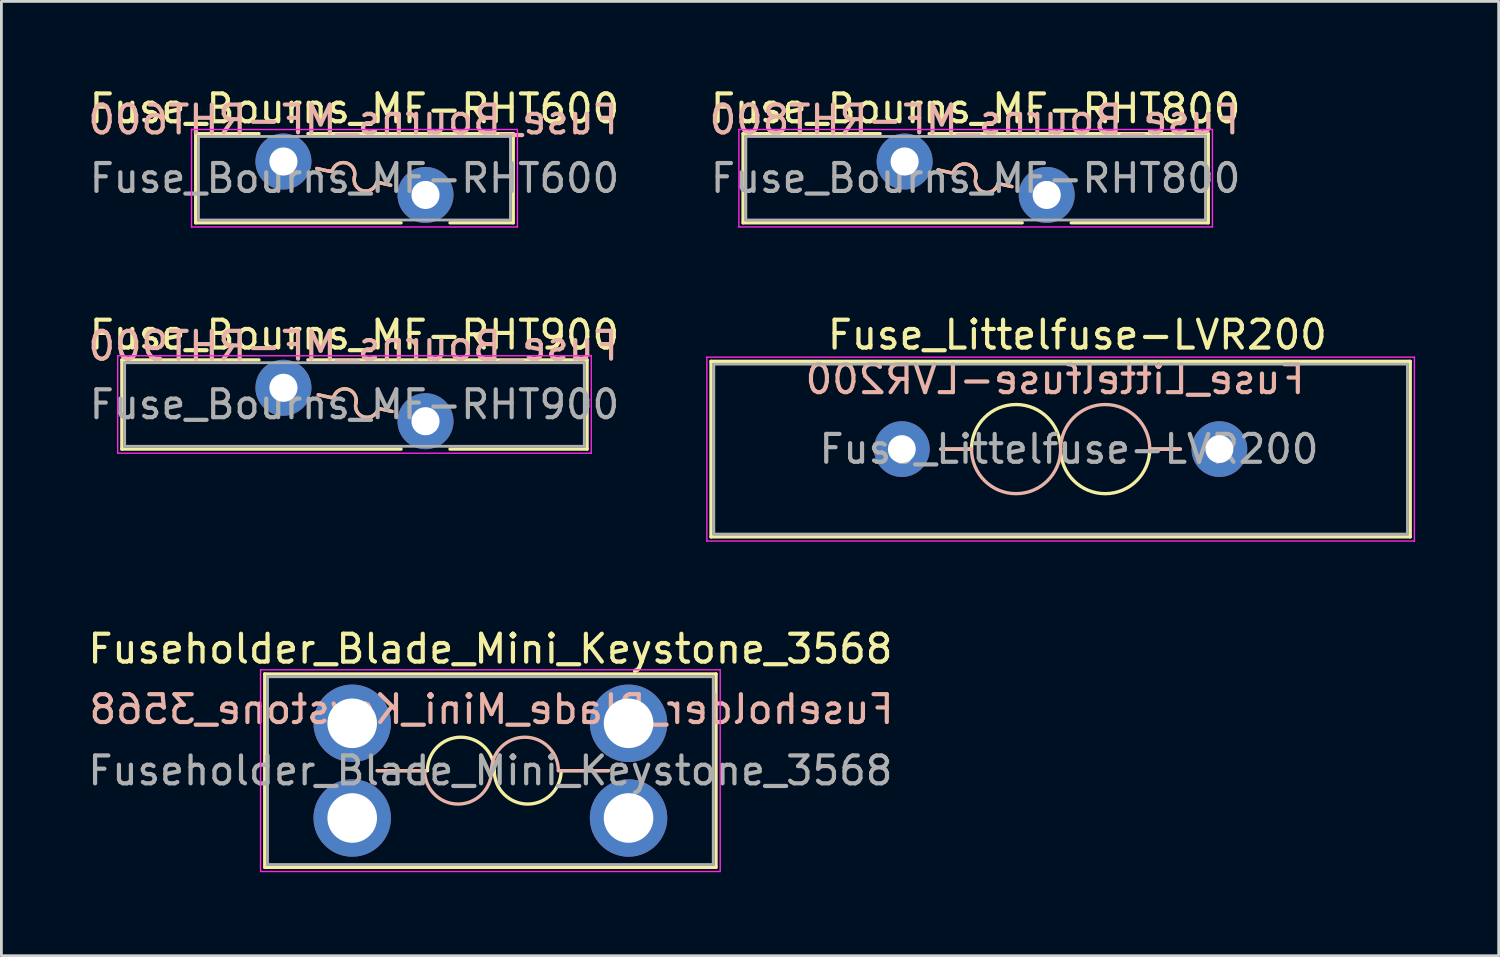
<source format=kicad_pcb>
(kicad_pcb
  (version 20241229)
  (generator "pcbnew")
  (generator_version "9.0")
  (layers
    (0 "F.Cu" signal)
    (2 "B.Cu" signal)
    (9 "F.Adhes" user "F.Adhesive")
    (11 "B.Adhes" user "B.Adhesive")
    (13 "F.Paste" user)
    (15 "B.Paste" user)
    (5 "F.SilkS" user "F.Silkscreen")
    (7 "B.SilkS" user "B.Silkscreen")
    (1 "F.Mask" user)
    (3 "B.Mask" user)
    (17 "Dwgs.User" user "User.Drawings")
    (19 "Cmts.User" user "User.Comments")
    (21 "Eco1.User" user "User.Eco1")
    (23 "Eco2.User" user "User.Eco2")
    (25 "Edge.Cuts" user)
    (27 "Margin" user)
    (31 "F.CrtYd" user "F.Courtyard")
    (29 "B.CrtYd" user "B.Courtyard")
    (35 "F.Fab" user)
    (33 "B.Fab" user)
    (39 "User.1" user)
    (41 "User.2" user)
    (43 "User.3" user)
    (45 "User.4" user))
  (footprint "Fuseholder_Blade_Mini_Keystone_3568"
    (layer "F.Cu")
    (at 9.594 22.915)
    (property "Reference" "Fuseholder_Blade_Mini_Keystone_3568" (at 4.96 -2.67 0) (layer "F.SilkS") (effects (font (size 1 1) (thickness 0.15))))
    (fp_line (start -3.14 -1.77) (end -3.14 5.17) (stroke (width 0.12) (type solid)) (layer "F.SilkS"))
    (fp_line (start -3.14 5.17) (end 13.06 5.17) (stroke (width 0.12) (type solid)) (layer "F.SilkS"))
    (fp_line (start 0.9 1.7) (end 2.7 1.7) (stroke (width 0.12) (type solid)) (layer "F.SilkS"))
    (fp_line (start 9.2 1.7) (end 7.5 1.7) (stroke (width 0.12) (type solid)) (layer "F.SilkS"))
    (fp_line (start 13.06 -1.77) (end -3.14 -1.77) (stroke (width 0.12) (type solid)) (layer "F.SilkS"))
    (fp_line (start 13.06 5.17) (end 13.06 -1.77) (stroke (width 0.12) (type solid)) (layer "F.SilkS"))
    (fp_arc (start 2.7 1.7) (mid 3.9 0.5) (end 5.1 1.7) (stroke (width 0.12) (type solid)) (layer "F.SilkS"))
    (fp_arc (start 7.5 1.7) (mid 6.3 2.9) (end 5.1 1.7) (stroke (width 0.12) (type solid)) (layer "F.SilkS"))
    (fp_line (start 0.9 1.7) (end 2.6 1.7) (stroke (width 0.12) (type solid)) (layer "B.SilkS"))
    (fp_line (start 9.2 1.7) (end 7.4 1.7) (stroke (width 0.12) (type solid)) (layer "B.SilkS"))
    (fp_arc (start 5 1.7) (mid 3.8 2.9) (end 2.6 1.7) (stroke (width 0.12) (type solid)) (layer "B.SilkS"))
    (fp_arc (start 5 1.7) (mid 6.2 0.5) (end 7.4 1.7) (stroke (width 0.12) (type solid)) (layer "B.SilkS"))
    (fp_line (start -3.29 -1.92) (end -3.29 5.32) (stroke (width 0.05) (type solid)) (layer "F.CrtYd"))
    (fp_line (start -3.29 5.32) (end 13.21 5.32) (stroke (width 0.05) (type solid)) (layer "F.CrtYd"))
    (fp_line (start 13.21 -1.92) (end -3.29 -1.92) (stroke (width 0.05) (type solid)) (layer "F.CrtYd"))
    (fp_line (start 13.21 5.32) (end 13.21 -1.92) (stroke (width 0.05) (type solid)) (layer "F.CrtYd"))
    (fp_line (start -3.04 -1.67) (end -3.04 5.07) (stroke (width 0.1) (type solid)) (layer "F.Fab"))
    (fp_line (start -3.04 5.07) (end 12.96 5.07) (stroke (width 0.1) (type solid)) (layer "F.Fab"))
    (fp_line (start 12.96 -1.67) (end -3.04 -1.67) (stroke (width 0.1) (type solid)) (layer "F.Fab"))
    (fp_line (start 12.96 5.07) (end 12.96 -1.67) (stroke (width 0.1) (type solid)) (layer "F.Fab"))
    (fp_text user "${REFERENCE}" (at 5 -0.5 0) (layer "B.SilkS") (effects (font (size 1 1) (thickness 0.15)) (justify mirror)))
    (fp_text user "${REFERENCE}" (at 4.96 1.7 0) (layer "F.Fab") (effects (font (size 1 1) (thickness 0.15))))
    (pad "1" thru_hole circle (at 0 0) (size 2.78 2.78) (drill 1.78) (layers "*.Cu" "*.Mask"))
    (pad "1" thru_hole circle (at 0 3.4) (size 2.78 2.78) (drill 1.78) (layers "*.Cu" "*.Mask"))
    (pad "2" thru_hole circle (at 9.92 0) (size 2.78 2.78) (drill 1.78) (layers "*.Cu" "*.Mask"))
    (pad "2" thru_hole circle (at 9.92 3.4) (size 2.78 2.78) (drill 1.78) (layers "*.Cu" "*.Mask")))
  (footprint "Fuse_Bourns_MF-RHT800"
    (layer "F.Cu")
    (at 29.425 2.748)
    (property "Reference" "Fuse_Bourns_MF-RHT800" (at 2.55 -1.9 0) (layer "F.SilkS") (effects (font (size 1 1) (thickness 0.15))))
    (fp_line (start -5.8 -1) (end -5.8 2.2) (stroke (width 0.12) (type solid)) (layer "F.SilkS"))
    (fp_line (start -5.8 -1) (end -0.879 -1) (stroke (width 0.12) (type solid)) (layer "F.SilkS"))
    (fp_line (start -5.8 2.2) (end 4.222 2.2) (stroke (width 0.12) (type solid)) (layer "F.SilkS"))
    (fp_line (start 0.879 -1) (end 10.9 -1) (stroke (width 0.12) (type solid)) (layer "F.SilkS"))
    (fp_line (start 1.2 0.3) (end 1.65 0.4) (stroke (width 0.12) (type solid)) (layer "F.SilkS"))
    (fp_line (start 1.75 0.4) (end 1.65 0.4) (stroke (width 0.12) (type solid)) (layer "F.SilkS"))
    (fp_line (start 3.35 0.8) (end 3.4 0.8) (stroke (width 0.12) (type solid)) (layer "F.SilkS"))
    (fp_line (start 3.4 0.8) (end 3.85 0.9) (stroke (width 0.12) (type solid)) (layer "F.SilkS"))
    (fp_line (start 5.979 2.2) (end 10.9 2.2) (stroke (width 0.12) (type solid)) (layer "F.SilkS"))
    (fp_line (start 10.9 -1) (end 10.9 2.2) (stroke (width 0.12) (type solid)) (layer "F.SilkS"))
    (fp_arc (start 1.750001 0.400001) (mid 2.249999 0.100001) (end 2.549999 0.599999) (stroke (width 0.12) (type solid)) (layer "F.SilkS"))
    (fp_arc (start 3.349999 0.799999) (mid 2.850001 1.099999) (end 2.550001 0.600001) (stroke (width 0.12) (type solid)) (layer "F.SilkS"))
    (fp_line (start 1.2 0.3) (end 1.65 0.4) (stroke (width 0.12) (type solid)) (layer "B.SilkS"))
    (fp_line (start 1.75 0.4) (end 1.65 0.4) (stroke (width 0.12) (type solid)) (layer "B.SilkS"))
    (fp_line (start 3.35 0.8) (end 3.4 0.8) (stroke (width 0.12) (type solid)) (layer "B.SilkS"))
    (fp_line (start 3.4 0.8) (end 3.85 0.9) (stroke (width 0.12) (type solid)) (layer "B.SilkS"))
    (fp_arc (start 1.750001 0.400001) (mid 2.249999 0.100001) (end 2.549999 0.599999) (stroke (width 0.12) (type solid)) (layer "B.SilkS"))
    (fp_arc (start 3.349999 0.799999) (mid 2.850001 1.099999) (end 2.550001 0.600001) (stroke (width 0.12) (type solid)) (layer "B.SilkS"))
    (fp_line (start -5.95 -1.15) (end -5.95 2.35) (stroke (width 0.05) (type solid)) (layer "F.CrtYd"))
    (fp_line (start -5.95 2.35) (end 11.05 2.35) (stroke (width 0.05) (type solid)) (layer "F.CrtYd"))
    (fp_line (start 11.05 -1.15) (end -5.95 -1.15) (stroke (width 0.05) (type solid)) (layer "F.CrtYd"))
    (fp_line (start 11.05 2.35) (end 11.05 -1.15) (stroke (width 0.05) (type solid)) (layer "F.CrtYd"))
    (fp_line (start -5.7 -0.9) (end -5.7 2.1) (stroke (width 0.1) (type solid)) (layer "F.Fab"))
    (fp_line (start -5.7 2.1) (end 10.8 2.1) (stroke (width 0.1) (type solid)) (layer "F.Fab"))
    (fp_line (start 10.8 -0.9) (end -5.7 -0.9) (stroke (width 0.1) (type solid)) (layer "F.Fab"))
    (fp_line (start 10.8 2.1) (end 10.8 -0.9) (stroke (width 0.1) (type solid)) (layer "F.Fab"))
    (fp_text user "${REFERENCE}" (at 2.5 -1.5 0) (layer "B.SilkS") (effects (font (size 1 1) (thickness 0.15)) (justify mirror)))
    (fp_text user "${REFERENCE}" (at 2.55 0.6 0) (layer "F.Fab") (effects (font (size 1 1) (thickness 0.15))))
    (pad "1" thru_hole circle (at 0 0) (size 2.01 2.01) (drill 1.01) (layers "*.Cu" "*.Mask"))
    (pad "2" thru_hole circle (at 5.1 1.2) (size 2.01 2.01) (drill 1.01) (layers "*.Cu" "*.Mask")))
  (footprint "Fuse_Bourns_MF-RHT600"
    (layer "F.Cu")
    (at 7.125 2.748)
    (property "Reference" "Fuse_Bourns_MF-RHT600" (at 2.55 -1.9 0) (layer "F.SilkS") (effects (font (size 1 1) (thickness 0.15))))
    (fp_line (start -3.15 -1) (end -3.15 2.2) (stroke (width 0.12) (type solid)) (layer "F.SilkS"))
    (fp_line (start -3.15 -1) (end -0.879 -1) (stroke (width 0.12) (type solid)) (layer "F.SilkS"))
    (fp_line (start -3.15 2.2) (end 4.222 2.2) (stroke (width 0.12) (type solid)) (layer "F.SilkS"))
    (fp_line (start 0.879 -1) (end 8.25 -1) (stroke (width 0.12) (type solid)) (layer "F.SilkS"))
    (fp_line (start 1.2 0.25) (end 1.65 0.35) (stroke (width 0.12) (type solid)) (layer "F.SilkS"))
    (fp_line (start 1.75 0.35) (end 1.65 0.35) (stroke (width 0.12) (type solid)) (layer "F.SilkS"))
    (fp_line (start 3.35 0.75) (end 3.4 0.75) (stroke (width 0.12) (type solid)) (layer "F.SilkS"))
    (fp_line (start 3.4 0.75) (end 3.85 0.85) (stroke (width 0.12) (type solid)) (layer "F.SilkS"))
    (fp_line (start 5.979 2.2) (end 8.25 2.2) (stroke (width 0.12) (type solid)) (layer "F.SilkS"))
    (fp_line (start 8.25 -1) (end 8.25 2.2) (stroke (width 0.12) (type solid)) (layer "F.SilkS"))
    (fp_arc (start 1.750001 0.350001) (mid 2.249999 0.050001) (end 2.549999 0.549999) (stroke (width 0.12) (type solid)) (layer "F.SilkS"))
    (fp_arc (start 3.349999 0.749999) (mid 2.850001 1.049999) (end 2.550001 0.550001) (stroke (width 0.12) (type solid)) (layer "F.SilkS"))
    (fp_line (start 1.2 0.25) (end 1.65 0.35) (stroke (width 0.12) (type solid)) (layer "B.SilkS"))
    (fp_line (start 1.75 0.35) (end 1.65 0.35) (stroke (width 0.12) (type solid)) (layer "B.SilkS"))
    (fp_line (start 3.35 0.75) (end 3.4 0.75) (stroke (width 0.12) (type solid)) (layer "B.SilkS"))
    (fp_line (start 3.4 0.75) (end 3.85 0.85) (stroke (width 0.12) (type solid)) (layer "B.SilkS"))
    (fp_arc (start 1.750001 0.350001) (mid 2.249999 0.050001) (end 2.549999 0.549999) (stroke (width 0.12) (type solid)) (layer "B.SilkS"))
    (fp_arc (start 3.349999 0.749999) (mid 2.850001 1.049999) (end 2.550001 0.550001) (stroke (width 0.12) (type solid)) (layer "B.SilkS"))
    (fp_line (start -3.3 -1.15) (end -3.3 2.35) (stroke (width 0.05) (type solid)) (layer "F.CrtYd"))
    (fp_line (start -3.3 2.35) (end 8.4 2.35) (stroke (width 0.05) (type solid)) (layer "F.CrtYd"))
    (fp_line (start 8.4 -1.15) (end -3.3 -1.15) (stroke (width 0.05) (type solid)) (layer "F.CrtYd"))
    (fp_line (start 8.4 2.35) (end 8.4 -1.15) (stroke (width 0.05) (type solid)) (layer "F.CrtYd"))
    (fp_line (start -3.05 -0.9) (end -3.05 2.1) (stroke (width 0.1) (type solid)) (layer "F.Fab"))
    (fp_line (start -3.05 2.1) (end 8.15 2.1) (stroke (width 0.1) (type solid)) (layer "F.Fab"))
    (fp_line (start 8.15 -0.9) (end -3.05 -0.9) (stroke (width 0.1) (type solid)) (layer "F.Fab"))
    (fp_line (start 8.15 2.1) (end 8.15 -0.9) (stroke (width 0.1) (type solid)) (layer "F.Fab"))
    (fp_text user "${REFERENCE}" (at 2.5 -1.5 0) (layer "B.SilkS") (effects (font (size 1 1) (thickness 0.15)) (justify mirror)))
    (fp_text user "${REFERENCE}" (at 2.55 0.6 0) (layer "F.Fab") (effects (font (size 1 1) (thickness 0.15))))
    (pad "1" thru_hole circle (at 0 0) (size 2.01 2.01) (drill 1.01) (layers "*.Cu" "*.Mask"))
    (pad "2" thru_hole circle (at 5.1 1.2) (size 2.01 2.01) (drill 1.01) (layers "*.Cu" "*.Mask")))
  (footprint "Fuse_Bourns_MF-RHT900"
    (layer "F.Cu")
    (at 7.125 10.871)
    (property "Reference" "Fuse_Bourns_MF-RHT900" (at 2.55 -1.9 0) (layer "F.SilkS") (effects (font (size 1 1) (thickness 0.15))))
    (fp_line (start -5.8 -1) (end -5.8 2.2) (stroke (width 0.12) (type solid)) (layer "F.SilkS"))
    (fp_line (start -5.8 -1) (end -0.879 -1) (stroke (width 0.12) (type solid)) (layer "F.SilkS"))
    (fp_line (start -5.8 2.2) (end 4.222 2.2) (stroke (width 0.12) (type solid)) (layer "F.SilkS"))
    (fp_line (start 0.879 -1) (end 10.9 -1) (stroke (width 0.12) (type solid)) (layer "F.SilkS"))
    (fp_line (start 1.25 0.25) (end 1.7 0.35) (stroke (width 0.12) (type solid)) (layer "F.SilkS"))
    (fp_line (start 1.8 0.35) (end 1.7 0.35) (stroke (width 0.12) (type solid)) (layer "F.SilkS"))
    (fp_line (start 3.4 0.75) (end 3.45 0.75) (stroke (width 0.12) (type solid)) (layer "F.SilkS"))
    (fp_line (start 3.45 0.75) (end 3.9 0.85) (stroke (width 0.12) (type solid)) (layer "F.SilkS"))
    (fp_line (start 5.979 2.2) (end 10.9 2.2) (stroke (width 0.12) (type solid)) (layer "F.SilkS"))
    (fp_line (start 10.9 -1) (end 10.9 2.2) (stroke (width 0.12) (type solid)) (layer "F.SilkS"))
    (fp_arc (start 1.800001 0.350001) (mid 2.299999 0.050001) (end 2.599999 0.549999) (stroke (width 0.12) (type solid)) (layer "F.SilkS"))
    (fp_arc (start 3.399999 0.749999) (mid 2.900001 1.049999) (end 2.600001 0.550001) (stroke (width 0.12) (type solid)) (layer "F.SilkS"))
    (fp_line (start 1.25 0.25) (end 1.7 0.35) (stroke (width 0.12) (type solid)) (layer "B.SilkS"))
    (fp_line (start 1.8 0.35) (end 1.7 0.35) (stroke (width 0.12) (type solid)) (layer "B.SilkS"))
    (fp_line (start 3.4 0.75) (end 3.45 0.75) (stroke (width 0.12) (type solid)) (layer "B.SilkS"))
    (fp_line (start 3.45 0.75) (end 3.9 0.85) (stroke (width 0.12) (type solid)) (layer "B.SilkS"))
    (fp_arc (start 1.800001 0.350001) (mid 2.299999 0.050001) (end 2.599999 0.549999) (stroke (width 0.12) (type solid)) (layer "B.SilkS"))
    (fp_arc (start 3.399999 0.749999) (mid 2.900001 1.049999) (end 2.600001 0.550001) (stroke (width 0.12) (type solid)) (layer "B.SilkS"))
    (fp_line (start -5.95 -1.15) (end -5.95 2.35) (stroke (width 0.05) (type solid)) (layer "F.CrtYd"))
    (fp_line (start -5.95 2.35) (end 11.05 2.35) (stroke (width 0.05) (type solid)) (layer "F.CrtYd"))
    (fp_line (start 11.05 -1.15) (end -5.95 -1.15) (stroke (width 0.05) (type solid)) (layer "F.CrtYd"))
    (fp_line (start 11.05 2.35) (end 11.05 -1.15) (stroke (width 0.05) (type solid)) (layer "F.CrtYd"))
    (fp_line (start -5.7 -0.9) (end -5.7 2.1) (stroke (width 0.1) (type solid)) (layer "F.Fab"))
    (fp_line (start -5.7 2.1) (end 10.8 2.1) (stroke (width 0.1) (type solid)) (layer "F.Fab"))
    (fp_line (start 10.8 -0.9) (end -5.7 -0.9) (stroke (width 0.1) (type solid)) (layer "F.Fab"))
    (fp_line (start 10.8 2.1) (end 10.8 -0.9) (stroke (width 0.1) (type solid)) (layer "F.Fab"))
    (fp_text user "${REFERENCE}" (at 2.5 -1.5 0) (layer "B.SilkS") (effects (font (size 1 1) (thickness 0.15)) (justify mirror)))
    (fp_text user "${REFERENCE}" (at 2.55 0.6 0) (layer "F.Fab") (effects (font (size 1 1) (thickness 0.15))))
    (pad "1" thru_hole circle (at 0 0) (size 2.01 2.01) (drill 1.01) (layers "*.Cu" "*.Mask"))
    (pad "2" thru_hole circle (at 5.1 1.2) (size 2.01 2.01) (drill 1.01) (layers "*.Cu" "*.Mask")))
  (footprint "Fuse_Littelfuse-LVR200"
    (layer "F.Cu")
    (at 29.325 13.072)
    (property "Reference" "Fuse_Littelfuse-LVR200" (at 6.3 -4.1 0) (layer "F.SilkS") (effects (font (size 1 1) (thickness 0.15))))
    (fp_line (start -6.85 -3.15) (end -6.85 3.15) (stroke (width 0.12) (type solid)) (layer "F.SilkS"))
    (fp_line (start -6.85 -3.15) (end 18.25 -3.15) (stroke (width 0.12) (type solid)) (layer "F.SilkS"))
    (fp_line (start 1.4 0) (end 2.5 0) (stroke (width 0.12) (type solid)) (layer "F.SilkS"))
    (fp_line (start 8.9 0) (end 10 0) (stroke (width 0.12) (type solid)) (layer "F.SilkS"))
    (fp_line (start 18.25 3.15) (end -6.85 3.15) (stroke (width 0.12) (type solid)) (layer "F.SilkS"))
    (fp_line (start 18.25 3.15) (end 18.25 -3.15) (stroke (width 0.12) (type solid)) (layer "F.SilkS"))
    (fp_arc (start 2.5 0) (mid 4.1 -1.6) (end 5.7 0) (stroke (width 0.12) (type solid)) (layer "F.SilkS"))
    (fp_arc (start 8.9 0) (mid 7.3 1.6) (end 5.7 0) (stroke (width 0.12) (type solid)) (layer "F.SilkS"))
    (fp_line (start 2.5 0) (end 1.4 0) (stroke (width 0.12) (type solid)) (layer "B.SilkS"))
    (fp_line (start 10 0) (end 8.9 0) (stroke (width 0.12) (type solid)) (layer "B.SilkS"))
    (fp_arc (start 5.7 0) (mid 4.1 1.6) (end 2.5 0) (stroke (width 0.12) (type solid)) (layer "B.SilkS"))
    (fp_arc (start 5.7 0) (mid 7.3 -1.6) (end 8.9 0) (stroke (width 0.12) (type solid)) (layer "B.SilkS"))
    (fp_line (start -7 -3.3) (end -7 3.3) (stroke (width 0.05) (type solid)) (layer "F.CrtYd"))
    (fp_line (start -7 -3.3) (end 18.4 -3.3) (stroke (width 0.05) (type solid)) (layer "F.CrtYd"))
    (fp_line (start 18.4 3.3) (end -7 3.3) (stroke (width 0.05) (type solid)) (layer "F.CrtYd"))
    (fp_line (start 18.4 3.3) (end 18.4 -3.3) (stroke (width 0.05) (type solid)) (layer "F.CrtYd"))
    (fp_line (start -6.75 -3.05) (end -6.75 3.05) (stroke (width 0.1) (type solid)) (layer "F.Fab"))
    (fp_line (start -6.75 3.05) (end 18.15 3.05) (stroke (width 0.1) (type solid)) (layer "F.Fab"))
    (fp_line (start 18.15 -3.05) (end -6.75 -3.05) (stroke (width 0.1) (type solid)) (layer "F.Fab"))
    (fp_line (start 18.15 3.05) (end 18.15 -3.05) (stroke (width 0.1) (type solid)) (layer "F.Fab"))
    (fp_text user "${REFERENCE}" (at 5.5 -2.5 0) (layer "B.SilkS") (effects (font (size 1 1) (thickness 0.15)) (justify mirror)))
    (fp_text user "${REFERENCE}" (at 6 0 0) (layer "F.Fab") (effects (font (size 1 1) (thickness 0.15))))
    (pad "1" thru_hole circle (at 0 0) (size 2 2) (drill 1) (layers "*.Cu" "*.Mask"))
    (pad "2" thru_hole circle (at 11.4 0) (size 2 2) (drill 1) (layers "*.Cu" "*.Mask")))
  (gr_rect
    (start -3 -3)
    (end 50.75 31.26)
    (stroke (width 0.1) (type default))
    (fill no)
    (layer "Edge.Cuts")))
</source>
